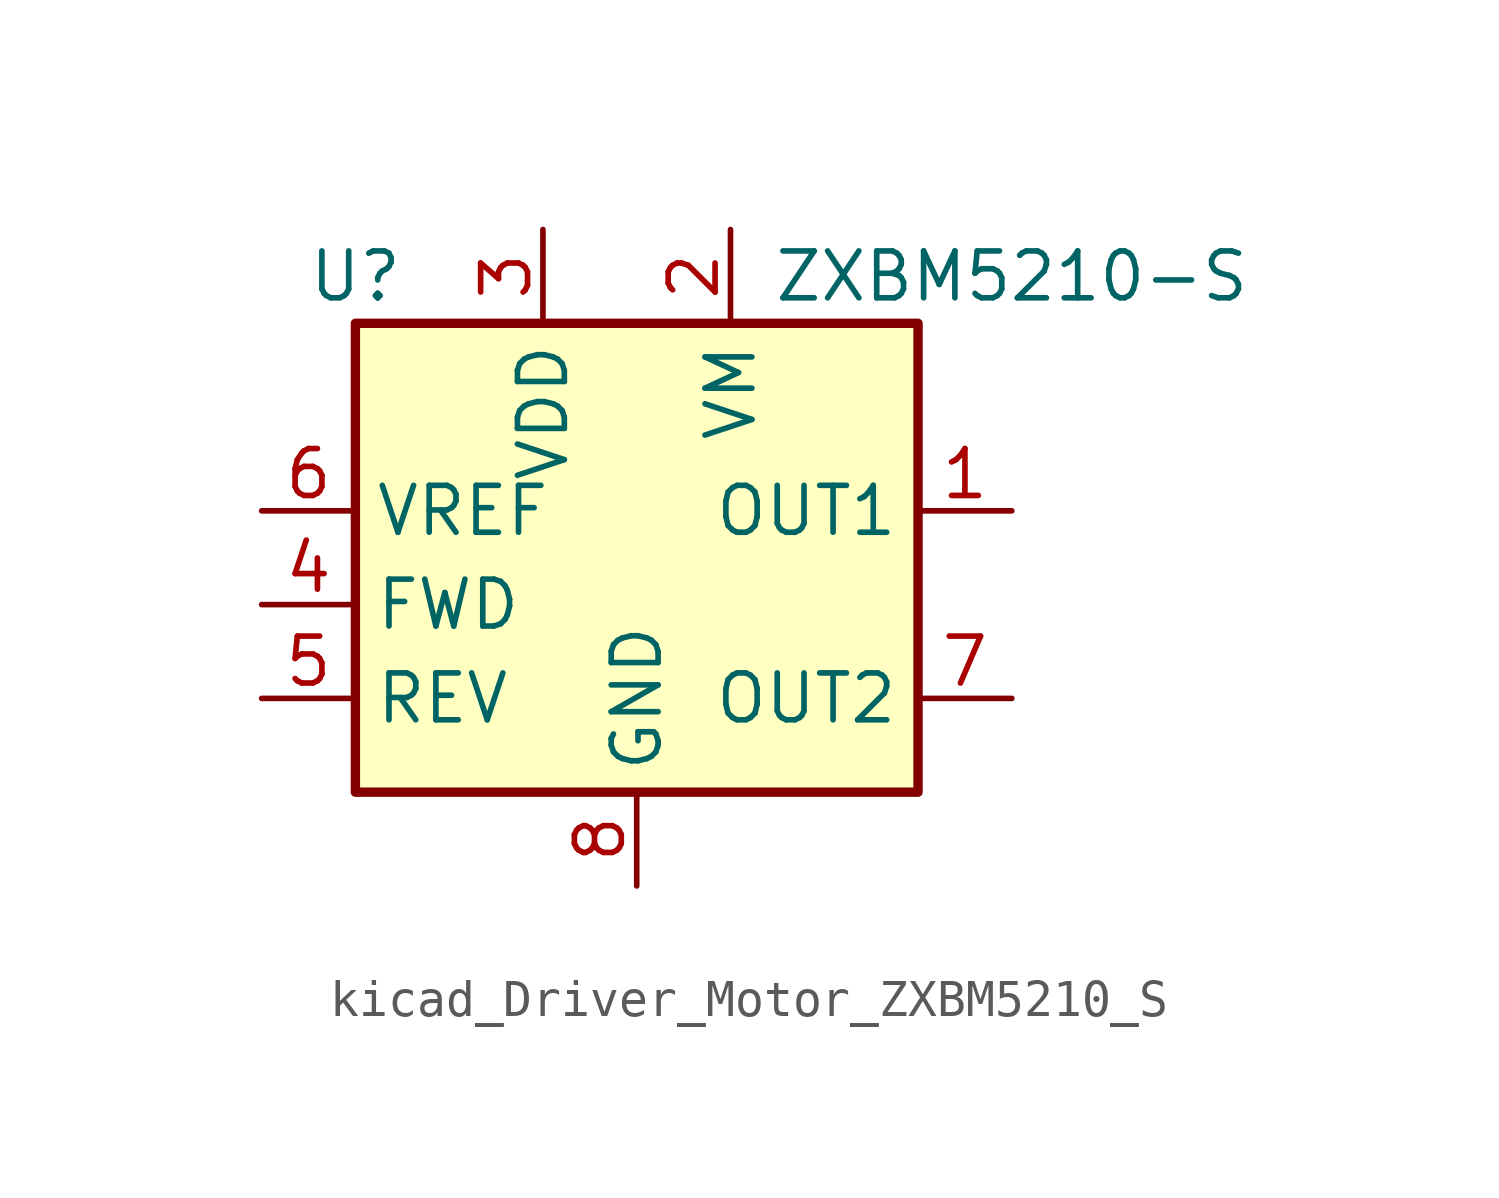
<source format=kicad_sym>
(kicad_symbol_lib
  (version 20220914)
  (generator kicad_symbol_editor)
  (symbol "kicad_Driver_Motor_ZXBM5210_S"
    (property "Reference" "U"
      (at -7.62 8.89 0)
      (effects (font (size 1.27 1.27))))
    (property "Value" "ZXBM5210-S"
      (at 10.16 8.89 0)
      (effects (font (size 1.27 1.27))))
    (symbol "kicad_Driver_Motor_ZXBM5210_S_0_0"
      (pin output line (at 10.16 2.54 180) (length 2.54) (name "OUT1" (effects (font (size 1.27 1.27)))) (number "1" (effects (font (size 1.27 1.27)))))
      (pin power_in line (at 2.54 10.16 270) (length 2.54) (name "VM" (effects (font (size 1.27 1.27)))) (number "2" (effects (font (size 1.27 1.27)))))
      (pin power_in line (at -2.54 10.16 270) (length 2.54) (name "VDD" (effects (font (size 1.27 1.27)))) (number "3" (effects (font (size 1.27 1.27)))))
      (pin input line (at -10.16 0 0) (length 2.54) (name "FWD" (effects (font (size 1.27 1.27)))) (number "4" (effects (font (size 1.27 1.27)))))
      (pin input line (at -10.16 -2.54 0) (length 2.54) (name "REV" (effects (font (size 1.27 1.27)))) (number "5" (effects (font (size 1.27 1.27)))))
      (pin input line (at -10.16 2.54 0) (length 2.54) (name "VREF" (effects (font (size 1.27 1.27)))) (number "6" (effects (font (size 1.27 1.27)))))
      (pin output line (at 10.16 -2.54 180) (length 2.54) (name "OUT2" (effects (font (size 1.27 1.27)))) (number "7" (effects (font (size 1.27 1.27)))))
      (pin power_in line (at 0 -7.62 90) (length 2.54) (name "GND" (effects (font (size 1.27 1.27)))) (number "8" (effects (font (size 1.27 1.27))))))
    (symbol "kicad_Driver_Motor_ZXBM5210_S_0_1"
      (rectangle (start -7.62 7.62) (end 7.62 -5.08) (stroke (width 0.254) (type default)) (fill (type background))))))
</source>
